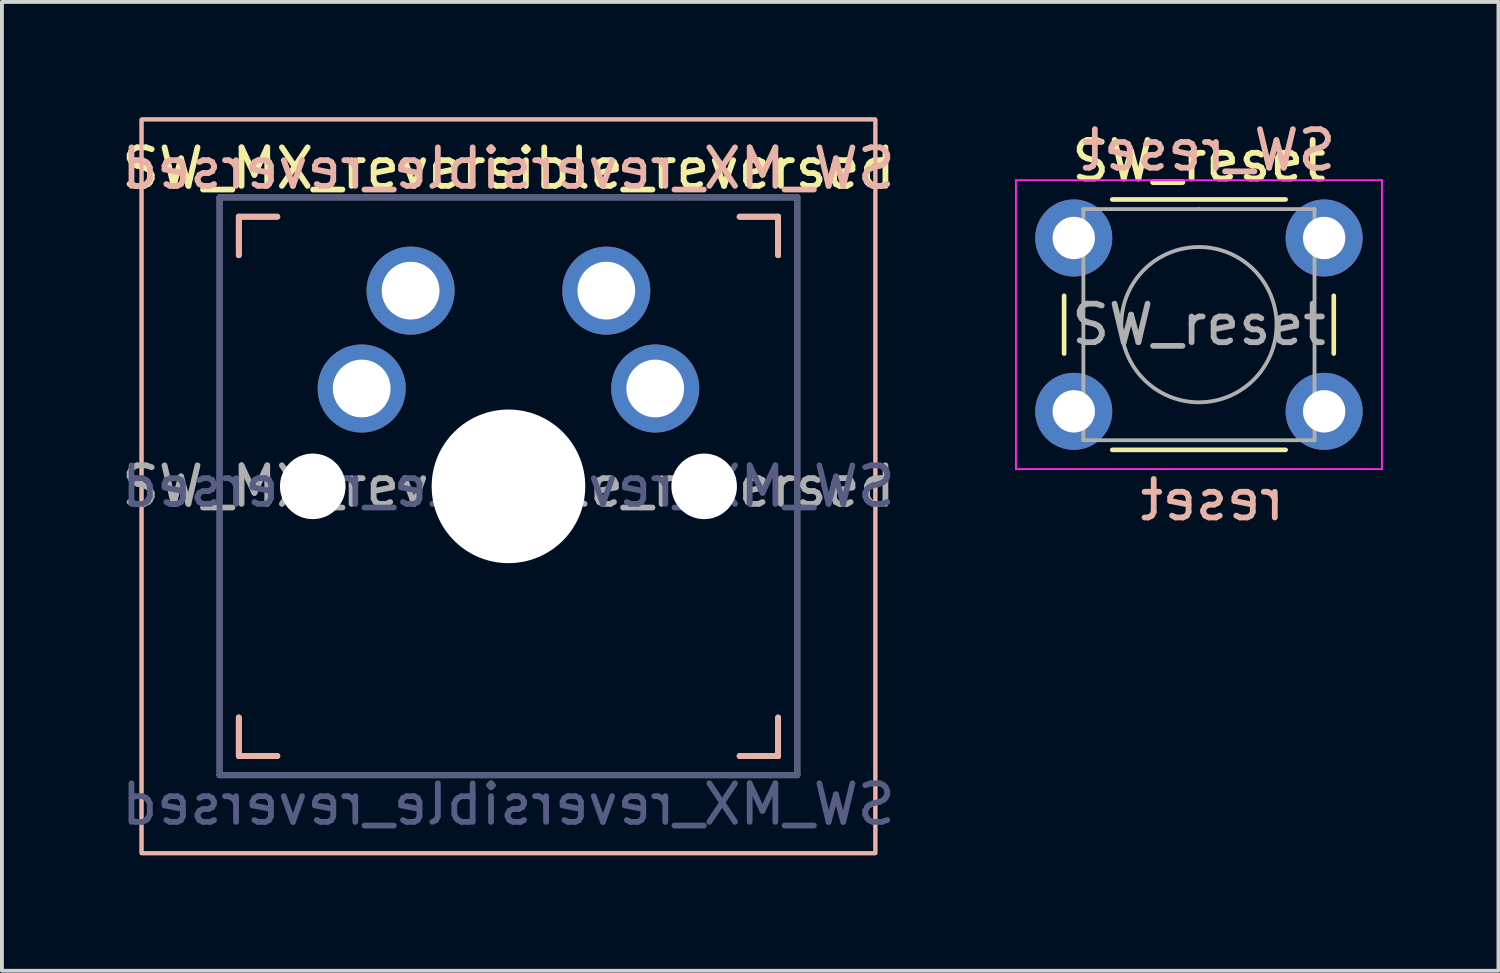
<source format=kicad_pcb>
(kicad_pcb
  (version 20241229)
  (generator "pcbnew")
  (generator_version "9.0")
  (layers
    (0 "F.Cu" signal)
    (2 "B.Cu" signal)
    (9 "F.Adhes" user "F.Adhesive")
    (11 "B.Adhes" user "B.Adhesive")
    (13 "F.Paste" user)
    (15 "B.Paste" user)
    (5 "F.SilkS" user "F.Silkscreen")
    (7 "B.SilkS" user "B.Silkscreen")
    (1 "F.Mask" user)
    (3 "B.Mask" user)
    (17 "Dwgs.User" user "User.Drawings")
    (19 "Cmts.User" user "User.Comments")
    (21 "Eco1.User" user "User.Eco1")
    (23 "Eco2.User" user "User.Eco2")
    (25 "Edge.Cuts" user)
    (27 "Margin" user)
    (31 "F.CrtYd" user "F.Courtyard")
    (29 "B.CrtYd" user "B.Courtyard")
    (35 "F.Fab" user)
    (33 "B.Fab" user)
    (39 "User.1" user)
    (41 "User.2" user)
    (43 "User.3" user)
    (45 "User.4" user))
  (footprint "SW_reset"
    (layer "F.Cu")
    (at 24.823 3.128)
    (property "Reference" "SW_reset" (at 3.25 -2 180) (layer "F.SilkS") (effects (font (size 1 1) (thickness 0.15))))
    (property "Value" "reset" (at 3.75 6.7 180) (layer "F.SilkS") (hide yes) (effects (font (size 1 1) (thickness 0.15))))
    (attr through_hole)
    (fp_line (start -0.25 1.5) (end -0.25 3) (stroke (width 0.12) (type solid)) (layer "F.SilkS"))
    (fp_line (start 1 5.5) (end 5.5 5.5) (stroke (width 0.12) (type solid)) (layer "F.SilkS"))
    (fp_line (start 5.5 -1) (end 1 -1) (stroke (width 0.12) (type solid)) (layer "F.SilkS"))
    (fp_line (start 6.75 3) (end 6.75 1.5) (stroke (width 0.12) (type solid)) (layer "F.SilkS"))
    (fp_line (start -1.5 -1.5) (end -1.25 -1.5) (stroke (width 0.05) (type solid)) (layer "F.CrtYd"))
    (fp_line (start -1.5 -1.25) (end -1.5 -1.5) (stroke (width 0.05) (type solid)) (layer "F.CrtYd"))
    (fp_line (start -1.5 5.75) (end -1.5 -1.25) (stroke (width 0.05) (type solid)) (layer "F.CrtYd"))
    (fp_line (start -1.5 5.75) (end -1.5 6) (stroke (width 0.05) (type solid)) (layer "F.CrtYd"))
    (fp_line (start -1.5 6) (end -1.25 6) (stroke (width 0.05) (type solid)) (layer "F.CrtYd"))
    (fp_line (start -1.25 -1.5) (end 7.75 -1.5) (stroke (width 0.05) (type solid)) (layer "F.CrtYd"))
    (fp_line (start 7.75 -1.5) (end 8 -1.5) (stroke (width 0.05) (type solid)) (layer "F.CrtYd"))
    (fp_line (start 7.75 6) (end -1.25 6) (stroke (width 0.05) (type solid)) (layer "F.CrtYd"))
    (fp_line (start 7.75 6) (end 8 6) (stroke (width 0.05) (type solid)) (layer "F.CrtYd"))
    (fp_line (start 8 -1.5) (end 8 -1.25) (stroke (width 0.05) (type solid)) (layer "F.CrtYd"))
    (fp_line (start 8 -1.25) (end 8 5.75) (stroke (width 0.05) (type solid)) (layer "F.CrtYd"))
    (fp_line (start 8 6) (end 8 5.75) (stroke (width 0.05) (type solid)) (layer "F.CrtYd"))
    (fp_line (start 0.25 -0.75) (end 3.25 -0.75) (stroke (width 0.1) (type solid)) (layer "F.Fab"))
    (fp_line (start 0.25 5.25) (end 0.25 -0.75) (stroke (width 0.1) (type solid)) (layer "F.Fab"))
    (fp_line (start 3.25 -0.75) (end 6.25 -0.75) (stroke (width 0.1) (type solid)) (layer "F.Fab"))
    (fp_line (start 6.25 -0.75) (end 6.25 5.25) (stroke (width 0.1) (type solid)) (layer "F.Fab"))
    (fp_line (start 6.25 5.25) (end 0.25 5.25) (stroke (width 0.1) (type solid)) (layer "F.Fab"))
    (fp_circle (center 3.25 2.25) (end 1.25 2.5) (stroke (width 0.1) (type solid)) (fill no) (layer "F.Fab"))
    (fp_text user "${VALUE}" (at 3.6 6.8 180) (layer "B.SilkS") (effects (font (size 1 1) (thickness 0.15)) (justify mirror)))
    (fp_text user "${REFERENCE}" (at 3.5 -2.28 180) (layer "B.SilkS") (effects (font (size 1 1) (thickness 0.15)) (justify mirror)))
    (fp_text user "${REFERENCE}" (at 3.25 2.25 180) (layer "F.Fab") (effects (font (size 1 1) (thickness 0.15))))
    (pad "1" thru_hole circle (at 0 0 90) (size 2 2) (drill 1.1) (layers "*.Cu" "*.Mask"))
    (pad "1" thru_hole circle (at 6.5 0 90) (size 2 2) (drill 1.1) (layers "*.Cu" "*.Mask"))
    (pad "2" thru_hole circle (at 0 4.5 90) (size 2 2) (drill 1.1) (layers "*.Cu" "*.Mask"))
    (pad "2" thru_hole circle (at 6.5 4.5 90) (size 2 2) (drill 1.1) (layers "*.Cu" "*.Mask")))
  (footprint "SW_MX_reversible_reversed"
    (layer "F.Cu")
    (at 10.149 9.575)
    (property "Reference" "SW_MX_reversible_reversed" (at 0 -8.255 0) (layer "F.SilkS") (effects (font (size 1 1) (thickness 0.15))))
    (property "Value" "SW_MX_reversible_reversed" (at 0 8.255 0) (layer "F.Fab") (hide yes) (effects (font (size 1 1) (thickness 0.15))))
    (attr through_hole)
    (fp_line (start -7 -7) (end -6 -7) (stroke (width 0.15) (type solid)) (layer "F.SilkS"))
    (fp_line (start -7 -6) (end -7 -7) (stroke (width 0.15) (type solid)) (layer "F.SilkS"))
    (fp_line (start -7 7) (end -7 6) (stroke (width 0.15) (type solid)) (layer "F.SilkS"))
    (fp_line (start -6 7) (end -7 7) (stroke (width 0.15) (type solid)) (layer "F.SilkS"))
    (fp_line (start 6 -7) (end 7 -7) (stroke (width 0.15) (type solid)) (layer "F.SilkS"))
    (fp_line (start 7 -7) (end 7 -6) (stroke (width 0.15) (type solid)) (layer "F.SilkS"))
    (fp_line (start 7 6) (end 7 7) (stroke (width 0.15) (type solid)) (layer "F.SilkS"))
    (fp_line (start 7 7) (end 6 7) (stroke (width 0.15) (type solid)) (layer "F.SilkS"))
    (fp_rect (start -9.525 -9.525) (end 9.525 9.525) (stroke (width 0.1) (type default)) (fill no) (layer "F.SilkS"))
    (fp_line (start -7 -7) (end -6 -7) (stroke (width 0.15) (type solid)) (layer "B.SilkS"))
    (fp_line (start -7 -6) (end -7 -7) (stroke (width 0.15) (type solid)) (layer "B.SilkS"))
    (fp_line (start -7 7) (end -7 6) (stroke (width 0.15) (type solid)) (layer "B.SilkS"))
    (fp_line (start -6 7) (end -7 7) (stroke (width 0.15) (type solid)) (layer "B.SilkS"))
    (fp_line (start 6 -7) (end 7 -7) (stroke (width 0.15) (type solid)) (layer "B.SilkS"))
    (fp_line (start 7 -7) (end 7 -6) (stroke (width 0.15) (type solid)) (layer "B.SilkS"))
    (fp_line (start 7 6) (end 7 7) (stroke (width 0.15) (type solid)) (layer "B.SilkS"))
    (fp_line (start 7 7) (end 6 7) (stroke (width 0.15) (type solid)) (layer "B.SilkS"))
    (fp_rect (start -9.525 -9.525) (end 9.525 9.525) (stroke (width 0.1) (type default)) (fill no) (layer "B.SilkS"))
    (fp_line (start -6.9 6.9) (end -6.9 -6.9) (stroke (width 0.15) (type solid)) (layer "Eco2.User"))
    (fp_line (start -6.9 6.9) (end 6.9 6.9) (stroke (width 0.15) (type solid)) (layer "Eco2.User"))
    (fp_line (start 6.9 -6.9) (end -6.9 -6.9) (stroke (width 0.15) (type solid)) (layer "Eco2.User"))
    (fp_line (start 6.9 -6.9) (end 6.9 6.9) (stroke (width 0.15) (type solid)) (layer "Eco2.User"))
    (fp_line (start -7.5 -7.5) (end 7.5 -7.5) (stroke (width 0.15) (type solid)) (layer "B.Fab"))
    (fp_line (start -7.5 7.5) (end -7.5 -7.5) (stroke (width 0.15) (type solid)) (layer "B.Fab"))
    (fp_line (start 7.5 -7.5) (end 7.5 7.5) (stroke (width 0.15) (type solid)) (layer "B.Fab"))
    (fp_line (start 7.5 7.5) (end -7.5 7.5) (stroke (width 0.15) (type solid)) (layer "B.Fab"))
    (fp_line (start -7.5 -7.5) (end 7.5 -7.5) (stroke (width 0.15) (type solid)) (layer "F.Fab"))
    (fp_line (start -7.5 7.5) (end -7.5 -7.5) (stroke (width 0.15) (type solid)) (layer "F.Fab"))
    (fp_line (start 7.5 -7.5) (end 7.5 7.5) (stroke (width 0.15) (type solid)) (layer "F.Fab"))
    (fp_line (start 7.5 7.5) (end -7.5 7.5) (stroke (width 0.15) (type solid)) (layer "F.Fab"))
    (fp_text user "${REFERENCE}" (at 0 -8.255 0) (layer "B.SilkS") (effects (font (size 1 1) (thickness 0.15)) (justify mirror)))
    (fp_text user "${VALUE}" (at 0 8.255 0) (layer "B.Fab") (effects (font (size 1 1) (thickness 0.15)) (justify mirror)))
    (fp_text user "${REFERENCE}" (at 0 0 0) (layer "B.Fab") (effects (font (size 1 1) (thickness 0.15)) (justify mirror)))
    (fp_text user "${REFERENCE}" (at 0 0 0) (layer "F.Fab") (effects (font (size 1 1) (thickness 0.15))))
    (pad "" np_thru_hole circle (at -5.08 0) (size 1.702 1.702) (drill 1.702) (layers "*.Cu" "*.Mask"))
    (pad "" np_thru_hole circle (at 0 0) (size 3.988 3.988) (drill 3.988) (layers "*.Cu" "*.Mask"))
    (pad "" np_thru_hole circle (at 5.08 0) (size 1.702 1.702) (drill 1.702) (layers "*.Cu" "*.Mask"))
    (pad "1" thru_hole circle (at 2.54 -5.08) (size 2.286 2.286) (drill 1.499) (layers "*.Cu" "*.Mask"))
    (pad "1" thru_hole circle (at 3.81 -2.54) (size 2.286 2.286) (drill 1.499) (layers "*.Cu" "*.Mask"))
    (pad "2" thru_hole circle (at -3.81 -2.54) (size 2.286 2.286) (drill 1.499) (layers "*.Cu" "*.Mask"))
    (pad "2" thru_hole circle (at -2.54 -5.08) (size 2.286 2.286) (drill 1.499) (layers "*.Cu" "*.Mask")))
  (gr_rect
    (start -3 -3)
    (end 35.848 22.15)
    (stroke (width 0.1) (type default))
    (fill no)
    (layer "Edge.Cuts")))
</source>
